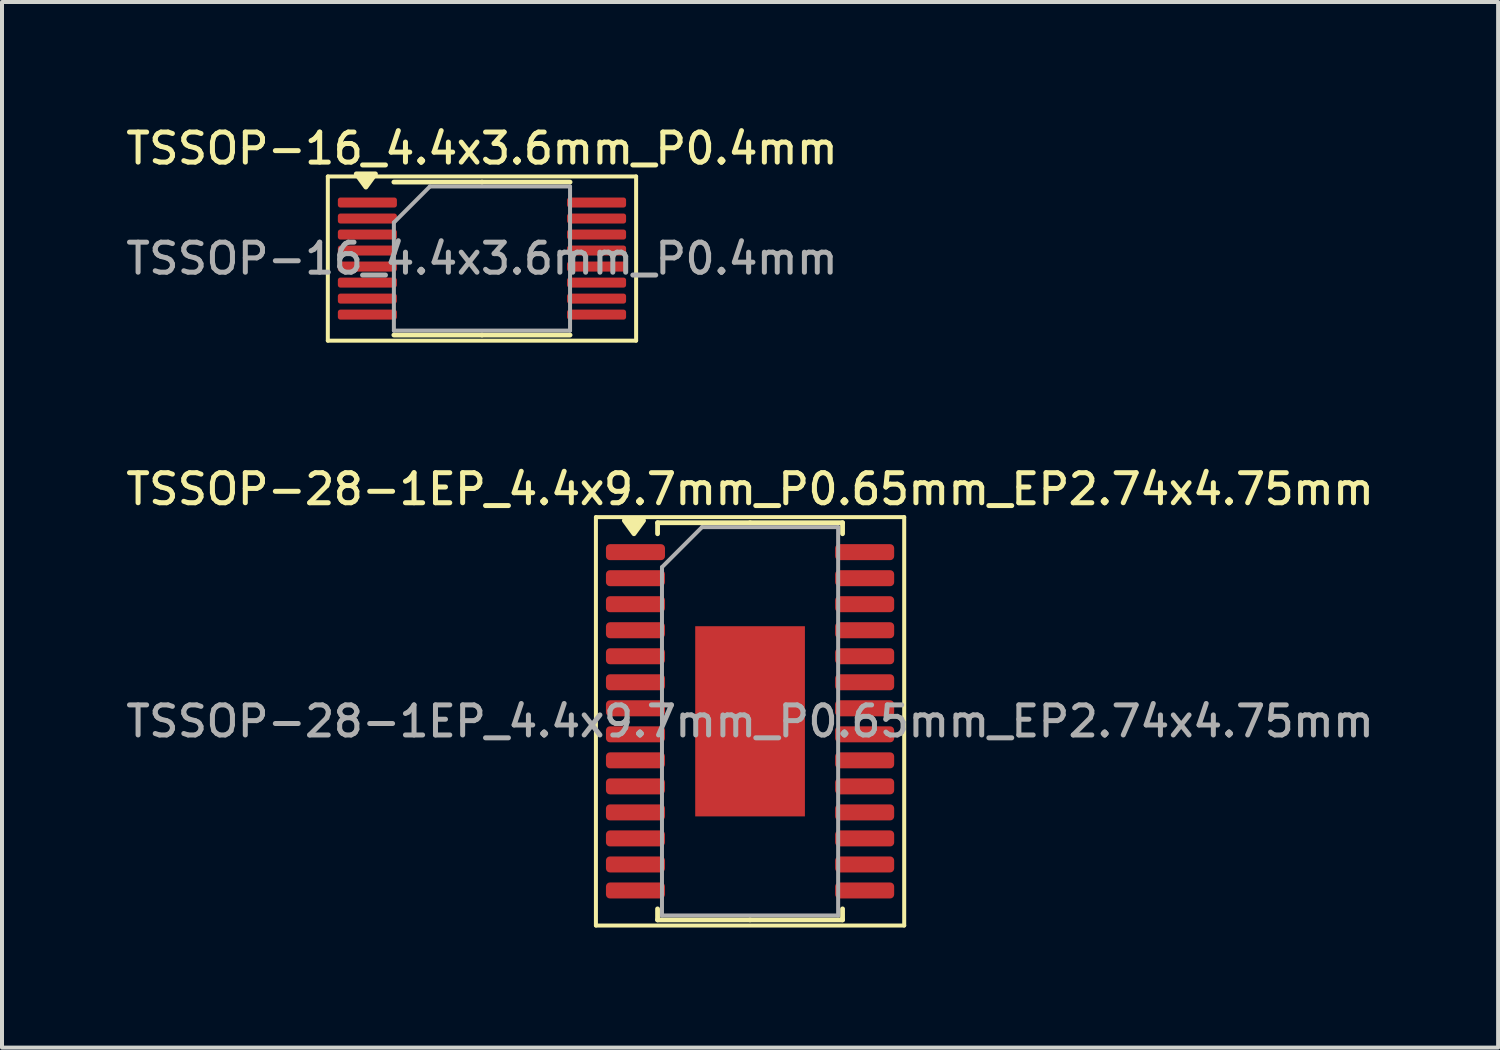
<source format=kicad_pcb>
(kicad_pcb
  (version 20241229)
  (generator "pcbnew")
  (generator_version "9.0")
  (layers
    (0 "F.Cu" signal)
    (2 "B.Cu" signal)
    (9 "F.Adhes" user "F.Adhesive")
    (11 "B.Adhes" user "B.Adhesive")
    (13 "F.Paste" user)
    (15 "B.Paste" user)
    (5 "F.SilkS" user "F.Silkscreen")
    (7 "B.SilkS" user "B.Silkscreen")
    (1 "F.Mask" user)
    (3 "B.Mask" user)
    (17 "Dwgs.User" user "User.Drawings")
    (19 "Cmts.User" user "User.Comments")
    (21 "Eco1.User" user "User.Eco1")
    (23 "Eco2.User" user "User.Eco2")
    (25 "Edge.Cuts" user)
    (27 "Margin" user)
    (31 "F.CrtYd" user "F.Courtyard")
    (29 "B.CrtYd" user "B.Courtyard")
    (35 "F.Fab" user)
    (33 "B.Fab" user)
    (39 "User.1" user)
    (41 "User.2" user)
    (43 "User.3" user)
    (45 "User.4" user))
  (footprint "TSSOP-16_4.4x3.6mm_P0.4mm"
    (layer "F.Cu")
    (at 8.988 3.408)
    (property "Reference" "TSSOP-16_4.4x3.6mm_P0.4mm" (at 0 -2.75 0) (layer "F.SilkS") (effects (font (size 0.75 0.75) (thickness 0.125))))
    (attr smd)
    (fp_line (start -3.85 -2.05) (end -3.85 2.05) (stroke (width 0.1) (type solid)) (layer "F.SilkS"))
    (fp_line (start -3.85 2.05) (end 3.85 2.05) (stroke (width 0.1) (type solid)) (layer "F.SilkS"))
    (fp_line (start 0 -1.91) (end -2.2 -1.91) (stroke (width 0.12) (type solid)) (layer "F.SilkS"))
    (fp_line (start 0 -1.91) (end 2.2 -1.91) (stroke (width 0.12) (type solid)) (layer "F.SilkS"))
    (fp_line (start 0 1.91) (end -2.2 1.91) (stroke (width 0.12) (type solid)) (layer "F.SilkS"))
    (fp_line (start 0 1.91) (end 2.2 1.91) (stroke (width 0.12) (type solid)) (layer "F.SilkS"))
    (fp_line (start 3.85 -2.05) (end -3.85 -2.05) (stroke (width 0.1) (type solid)) (layer "F.SilkS"))
    (fp_line (start 3.85 2.05) (end 3.85 -2.05) (stroke (width 0.1) (type solid)) (layer "F.SilkS"))
    (fp_poly (pts (xy -2.9 -1.785) (xy -3.14 -2.115) (xy -2.66 -2.115) (xy -2.9 -1.785)) (stroke (width 0.12) (type solid)) (fill yes) (layer "F.SilkS"))
    (fp_line (start -2.2 -0.9) (end -1.3 -1.8) (stroke (width 0.1) (type solid)) (layer "F.Fab"))
    (fp_line (start -2.2 1.8) (end -2.2 -0.9) (stroke (width 0.1) (type solid)) (layer "F.Fab"))
    (fp_line (start -1.3 -1.8) (end 2.2 -1.8) (stroke (width 0.1) (type solid)) (layer "F.Fab"))
    (fp_line (start 2.2 -1.8) (end 2.2 1.8) (stroke (width 0.1) (type solid)) (layer "F.Fab"))
    (fp_line (start 2.2 1.8) (end -2.2 1.8) (stroke (width 0.1) (type solid)) (layer "F.Fab"))
    (fp_text user "${REFERENCE}" (at 0 0 0) (layer "F.Fab") (effects (font (size 0.75 0.75) (thickness 0.125))))
    (pad "1" smd roundrect (at -2.862 -1.4) (size 1.475 0.25) (layers "F.Cu" "F.Mask" "F.Paste") (roundrect_rratio 0.25))
    (pad "2" smd roundrect (at -2.862 -1) (size 1.475 0.25) (layers "F.Cu" "F.Mask" "F.Paste") (roundrect_rratio 0.25))
    (pad "3" smd roundrect (at -2.862 -0.6) (size 1.475 0.25) (layers "F.Cu" "F.Mask" "F.Paste") (roundrect_rratio 0.25))
    (pad "4" smd roundrect (at -2.862 -0.2) (size 1.475 0.25) (layers "F.Cu" "F.Mask" "F.Paste") (roundrect_rratio 0.25))
    (pad "5" smd roundrect (at -2.862 0.2) (size 1.475 0.25) (layers "F.Cu" "F.Mask" "F.Paste") (roundrect_rratio 0.25))
    (pad "6" smd roundrect (at -2.862 0.6) (size 1.475 0.25) (layers "F.Cu" "F.Mask" "F.Paste") (roundrect_rratio 0.25))
    (pad "7" smd roundrect (at -2.862 1) (size 1.475 0.25) (layers "F.Cu" "F.Mask" "F.Paste") (roundrect_rratio 0.25))
    (pad "8" smd roundrect (at -2.862 1.4) (size 1.475 0.25) (layers "F.Cu" "F.Mask" "F.Paste") (roundrect_rratio 0.25))
    (pad "9" smd roundrect (at 2.862 1.4) (size 1.475 0.25) (layers "F.Cu" "F.Mask" "F.Paste") (roundrect_rratio 0.25))
    (pad "10" smd roundrect (at 2.862 1) (size 1.475 0.25) (layers "F.Cu" "F.Mask" "F.Paste") (roundrect_rratio 0.25))
    (pad "11" smd roundrect (at 2.862 0.6) (size 1.475 0.25) (layers "F.Cu" "F.Mask" "F.Paste") (roundrect_rratio 0.25))
    (pad "12" smd roundrect (at 2.862 0.2) (size 1.475 0.25) (layers "F.Cu" "F.Mask" "F.Paste") (roundrect_rratio 0.25))
    (pad "13" smd roundrect (at 2.862 -0.2) (size 1.475 0.25) (layers "F.Cu" "F.Mask" "F.Paste") (roundrect_rratio 0.25))
    (pad "14" smd roundrect (at 2.862 -0.6) (size 1.475 0.25) (layers "F.Cu" "F.Mask" "F.Paste") (roundrect_rratio 0.25))
    (pad "15" smd roundrect (at 2.862 -1) (size 1.475 0.25) (layers "F.Cu" "F.Mask" "F.Paste") (roundrect_rratio 0.25))
    (pad "16" smd roundrect (at 2.862 -1.4) (size 1.475 0.25) (layers "F.Cu" "F.Mask" "F.Paste") (roundrect_rratio 0.25)))
  (footprint "TSSOP-28-1EP_4.4x9.7mm_P0.65mm_EP2.74x4.75mm"
    (layer "F.Cu")
    (at 15.684 14.966)
    (property "Reference" "TSSOP-28-1EP_4.4x9.7mm_P0.65mm_EP2.74x4.75mm" (at 0 -5.8 0) (layer "F.SilkS") (effects (font (size 0.75 0.75) (thickness 0.125))))
    (attr smd)
    (fp_line (start -3.85 -5.1) (end -3.85 5.1) (stroke (width 0.1) (type solid)) (layer "F.SilkS"))
    (fp_line (start -3.85 5.1) (end 3.85 5.1) (stroke (width 0.1) (type solid)) (layer "F.SilkS"))
    (fp_line (start -2.31 -4.96) (end -2.31 -4.685) (stroke (width 0.12) (type solid)) (layer "F.SilkS"))
    (fp_line (start -2.31 4.96) (end -2.31 4.685) (stroke (width 0.12) (type solid)) (layer "F.SilkS"))
    (fp_line (start 0 -4.96) (end -2.31 -4.96) (stroke (width 0.12) (type solid)) (layer "F.SilkS"))
    (fp_line (start 0 -4.96) (end 2.31 -4.96) (stroke (width 0.12) (type solid)) (layer "F.SilkS"))
    (fp_line (start 0 4.96) (end -2.31 4.96) (stroke (width 0.12) (type solid)) (layer "F.SilkS"))
    (fp_line (start 0 4.96) (end 2.31 4.96) (stroke (width 0.12) (type solid)) (layer "F.SilkS"))
    (fp_line (start 2.31 -4.96) (end 2.31 -4.685) (stroke (width 0.12) (type solid)) (layer "F.SilkS"))
    (fp_line (start 2.31 4.96) (end 2.31 4.685) (stroke (width 0.12) (type solid)) (layer "F.SilkS"))
    (fp_line (start 3.85 -5.1) (end -3.85 -5.1) (stroke (width 0.1) (type solid)) (layer "F.SilkS"))
    (fp_line (start 3.85 5.1) (end 3.85 -5.1) (stroke (width 0.1) (type solid)) (layer "F.SilkS"))
    (fp_poly (pts (xy -2.9 -4.685) (xy -3.14 -5.015) (xy -2.66 -5.015) (xy -2.9 -4.685)) (stroke (width 0.12) (type solid)) (fill yes) (layer "F.SilkS"))
    (fp_line (start -2.2 -3.85) (end -1.2 -4.85) (stroke (width 0.1) (type solid)) (layer "F.Fab"))
    (fp_line (start -2.2 4.85) (end -2.2 -3.85) (stroke (width 0.1) (type solid)) (layer "F.Fab"))
    (fp_line (start -1.2 -4.85) (end 2.2 -4.85) (stroke (width 0.1) (type solid)) (layer "F.Fab"))
    (fp_line (start 2.2 -4.85) (end 2.2 4.85) (stroke (width 0.1) (type solid)) (layer "F.Fab"))
    (fp_line (start 2.2 4.85) (end -2.2 4.85) (stroke (width 0.1) (type solid)) (layer "F.Fab"))
    (fp_text user "${REFERENCE}" (at 0 0 0) (layer "F.Fab") (effects (font (size 0.75 0.75) (thickness 0.125))))
    (pad "" smd roundrect (at -0.685 -1.58) (size 1.1 1.28) (layers "F.Paste") (roundrect_rratio 0.227))
    (pad "" smd roundrect (at -0.685 0) (size 1.1 1.28) (layers "F.Paste") (roundrect_rratio 0.227))
    (pad "" smd roundrect (at -0.685 1.58) (size 1.1 1.28) (layers "F.Paste") (roundrect_rratio 0.227))
    (pad "" smd roundrect (at 0.685 -1.58) (size 1.1 1.28) (layers "F.Paste") (roundrect_rratio 0.227))
    (pad "" smd roundrect (at 0.685 0) (size 1.1 1.28) (layers "F.Paste") (roundrect_rratio 0.227))
    (pad "" smd roundrect (at 0.685 1.58) (size 1.1 1.28) (layers "F.Paste") (roundrect_rratio 0.227))
    (pad "1" smd roundrect (at -2.862 -4.225) (size 1.475 0.4) (layers "F.Cu" "F.Mask" "F.Paste") (roundrect_rratio 0.25))
    (pad "2" smd roundrect (at -2.862 -3.575) (size 1.475 0.4) (layers "F.Cu" "F.Mask" "F.Paste") (roundrect_rratio 0.25))
    (pad "3" smd roundrect (at -2.862 -2.925) (size 1.475 0.4) (layers "F.Cu" "F.Mask" "F.Paste") (roundrect_rratio 0.25))
    (pad "4" smd roundrect (at -2.862 -2.275) (size 1.475 0.4) (layers "F.Cu" "F.Mask" "F.Paste") (roundrect_rratio 0.25))
    (pad "5" smd roundrect (at -2.862 -1.625) (size 1.475 0.4) (layers "F.Cu" "F.Mask" "F.Paste") (roundrect_rratio 0.25))
    (pad "6" smd roundrect (at -2.862 -0.975) (size 1.475 0.4) (layers "F.Cu" "F.Mask" "F.Paste") (roundrect_rratio 0.25))
    (pad "7" smd roundrect (at -2.862 -0.325) (size 1.475 0.4) (layers "F.Cu" "F.Mask" "F.Paste") (roundrect_rratio 0.25))
    (pad "8" smd roundrect (at -2.862 0.325) (size 1.475 0.4) (layers "F.Cu" "F.Mask" "F.Paste") (roundrect_rratio 0.25))
    (pad "9" smd roundrect (at -2.862 0.975) (size 1.475 0.4) (layers "F.Cu" "F.Mask" "F.Paste") (roundrect_rratio 0.25))
    (pad "10" smd roundrect (at -2.862 1.625) (size 1.475 0.4) (layers "F.Cu" "F.Mask" "F.Paste") (roundrect_rratio 0.25))
    (pad "11" smd roundrect (at -2.862 2.275) (size 1.475 0.4) (layers "F.Cu" "F.Mask" "F.Paste") (roundrect_rratio 0.25))
    (pad "12" smd roundrect (at -2.862 2.925) (size 1.475 0.4) (layers "F.Cu" "F.Mask" "F.Paste") (roundrect_rratio 0.25))
    (pad "13" smd roundrect (at -2.862 3.575) (size 1.475 0.4) (layers "F.Cu" "F.Mask" "F.Paste") (roundrect_rratio 0.25))
    (pad "14" smd roundrect (at -2.862 4.225) (size 1.475 0.4) (layers "F.Cu" "F.Mask" "F.Paste") (roundrect_rratio 0.25))
    (pad "15" smd roundrect (at 2.862 4.225) (size 1.475 0.4) (layers "F.Cu" "F.Mask" "F.Paste") (roundrect_rratio 0.25))
    (pad "16" smd roundrect (at 2.862 3.575) (size 1.475 0.4) (layers "F.Cu" "F.Mask" "F.Paste") (roundrect_rratio 0.25))
    (pad "17" smd roundrect (at 2.862 2.925) (size 1.475 0.4) (layers "F.Cu" "F.Mask" "F.Paste") (roundrect_rratio 0.25))
    (pad "18" smd roundrect (at 2.862 2.275) (size 1.475 0.4) (layers "F.Cu" "F.Mask" "F.Paste") (roundrect_rratio 0.25))
    (pad "19" smd roundrect (at 2.862 1.625) (size 1.475 0.4) (layers "F.Cu" "F.Mask" "F.Paste") (roundrect_rratio 0.25))
    (pad "20" smd roundrect (at 2.862 0.975) (size 1.475 0.4) (layers "F.Cu" "F.Mask" "F.Paste") (roundrect_rratio 0.25))
    (pad "21" smd roundrect (at 2.862 0.325) (size 1.475 0.4) (layers "F.Cu" "F.Mask" "F.Paste") (roundrect_rratio 0.25))
    (pad "22" smd roundrect (at 2.862 -0.325) (size 1.475 0.4) (layers "F.Cu" "F.Mask" "F.Paste") (roundrect_rratio 0.25))
    (pad "23" smd roundrect (at 2.862 -0.975) (size 1.475 0.4) (layers "F.Cu" "F.Mask" "F.Paste") (roundrect_rratio 0.25))
    (pad "24" smd roundrect (at 2.862 -1.625) (size 1.475 0.4) (layers "F.Cu" "F.Mask" "F.Paste") (roundrect_rratio 0.25))
    (pad "25" smd roundrect (at 2.862 -2.275) (size 1.475 0.4) (layers "F.Cu" "F.Mask" "F.Paste") (roundrect_rratio 0.25))
    (pad "26" smd roundrect (at 2.862 -2.925) (size 1.475 0.4) (layers "F.Cu" "F.Mask" "F.Paste") (roundrect_rratio 0.25))
    (pad "27" smd roundrect (at 2.862 -3.575) (size 1.475 0.4) (layers "F.Cu" "F.Mask" "F.Paste") (roundrect_rratio 0.25))
    (pad "28" smd roundrect (at 2.862 -4.225) (size 1.475 0.4) (layers "F.Cu" "F.Mask" "F.Paste") (roundrect_rratio 0.25))
    (pad "29" smd rect (at 0 0) (size 2.74 4.75) (property pad_prop_heatsink) (layers "F.Cu" "F.Mask")))
  (gr_rect
    (start -3 -3)
    (end 34.368 23.116)
    (stroke (width 0.1) (type default))
    (fill no)
    (layer "Edge.Cuts")))
</source>
